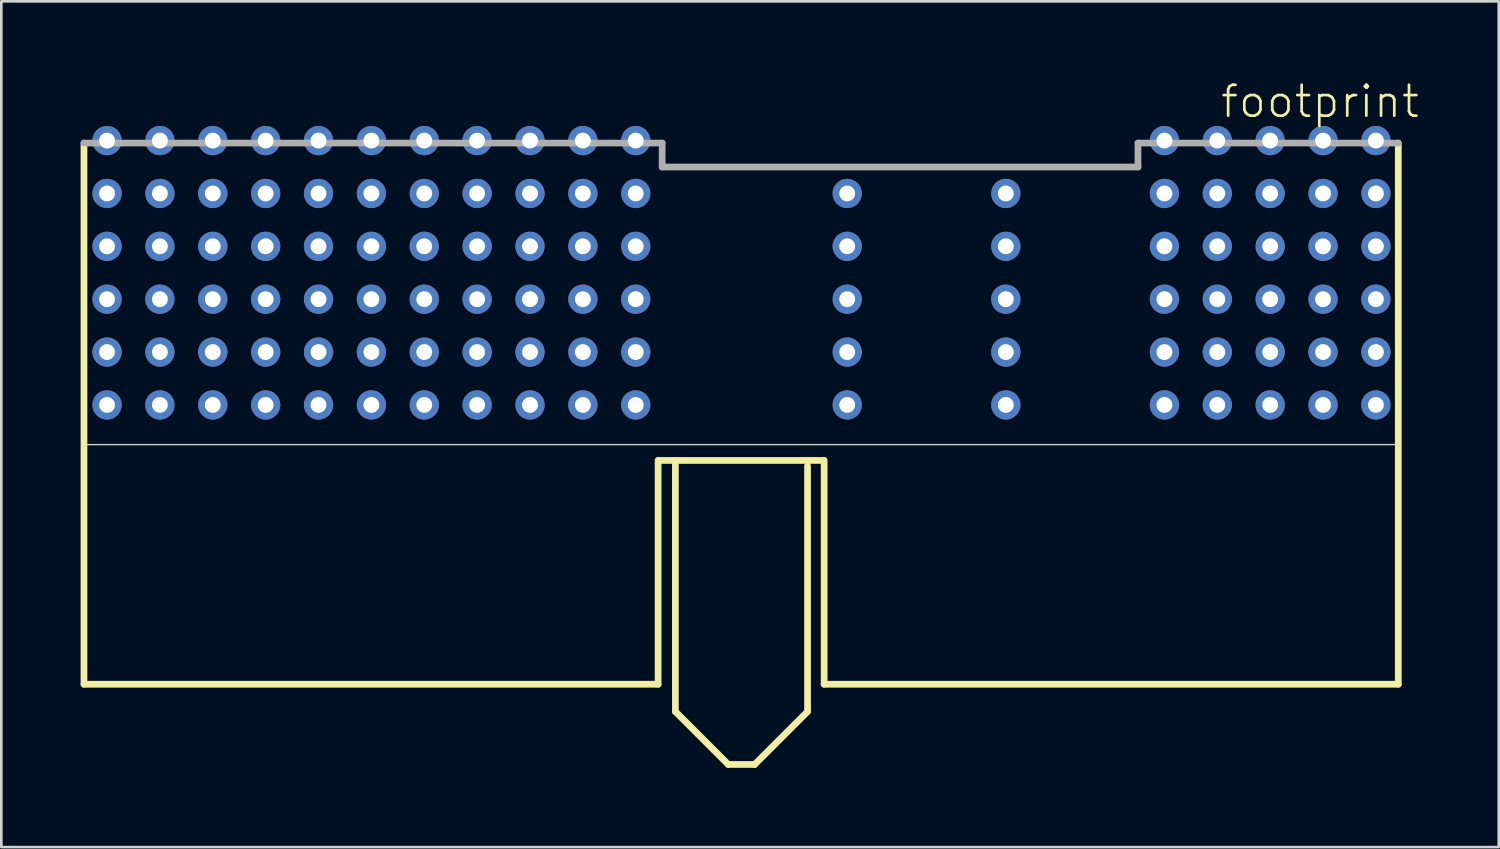
<source format=kicad_pcb>
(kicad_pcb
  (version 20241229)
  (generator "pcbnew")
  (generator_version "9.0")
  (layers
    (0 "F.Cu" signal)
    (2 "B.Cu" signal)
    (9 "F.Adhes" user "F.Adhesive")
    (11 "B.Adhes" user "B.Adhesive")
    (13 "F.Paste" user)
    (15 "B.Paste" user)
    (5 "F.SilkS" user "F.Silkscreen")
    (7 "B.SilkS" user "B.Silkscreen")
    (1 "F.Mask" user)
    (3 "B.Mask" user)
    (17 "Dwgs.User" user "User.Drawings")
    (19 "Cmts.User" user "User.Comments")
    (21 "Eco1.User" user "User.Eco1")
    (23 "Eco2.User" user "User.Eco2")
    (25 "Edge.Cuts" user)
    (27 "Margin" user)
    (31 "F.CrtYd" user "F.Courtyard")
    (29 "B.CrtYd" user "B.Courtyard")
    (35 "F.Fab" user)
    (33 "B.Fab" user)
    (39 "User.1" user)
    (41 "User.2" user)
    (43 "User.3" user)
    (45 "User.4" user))
  (footprint "footprint"
    (layer "F.Cu")
    (at 24.999 13.538)
    (property "Reference" "footprint" (at 18.065 -12.065 0) (layer "F.SilkS") (effects (font (size 1.168 1.168) (thickness 0.102)) (justify left bottom)))
    (fp_line (start -24.872 -11.176) (end -24.872 9.296) (stroke (width 0.254) (type solid)) (layer "F.SilkS"))
    (fp_line (start -24.872 9.296) (end -3.153 9.296) (stroke (width 0.254) (type solid)) (layer "F.SilkS"))
    (fp_line (start -3.153 9.296) (end -3.153 0.824) (stroke (width 0.254) (type solid)) (layer "F.SilkS"))
    (fp_line (start -3.1 0.83) (end 3.1 0.83) (stroke (width 0.254) (type solid)) (layer "F.SilkS"))
    (fp_line (start -2.5 10.33) (end -2.5 0.93) (stroke (width 0.254) (type solid)) (layer "F.SilkS"))
    (fp_line (start -2.5 10.33) (end -0.5 12.33) (stroke (width 0.254) (type solid)) (layer "F.SilkS"))
    (fp_line (start -0.5 12.33) (end 0.5 12.33) (stroke (width 0.254) (type solid)) (layer "F.SilkS"))
    (fp_line (start 0.5 12.33) (end 2.5 10.33) (stroke (width 0.254) (type solid)) (layer "F.SilkS"))
    (fp_line (start 2.5 10.33) (end 2.5 1.03) (stroke (width 0.254) (type solid)) (layer "F.SilkS"))
    (fp_line (start 3.128 0.824) (end 3.128 9.296) (stroke (width 0.254) (type solid)) (layer "F.SilkS"))
    (fp_line (start 3.128 9.296) (end 24.847 9.296) (stroke (width 0.254) (type solid)) (layer "F.SilkS"))
    (fp_line (start 24.847 9.296) (end 24.847 -11.176) (stroke (width 0.254) (type solid)) (layer "F.SilkS"))
    (fp_line (start -24.789 0.23) (end 24.789 0.23) (stroke (width 0.051) (type solid)) (layer "Edge.Cuts"))
    (fp_line (start -3 -11.176) (end -24.872 -11.176) (stroke (width 0.254) (type solid)) (layer "F.Fab"))
    (fp_line (start -3 -10.27) (end -3 -11.176) (stroke (width 0.254) (type solid)) (layer "F.Fab"))
    (fp_line (start 15 -11.176) (end 15 -10.27) (stroke (width 0.254) (type solid)) (layer "F.Fab"))
    (fp_line (start 15 -10.27) (end -3 -10.27) (stroke (width 0.254) (type solid)) (layer "F.Fab"))
    (fp_line (start 24.847 -11.176) (end 15 -11.176) (stroke (width 0.254) (type solid)) (layer "F.Fab"))
    (pad "A1" thru_hole circle (at 24 -1.27) (size 1.108 1.108) (drill 0.6) (layers "*.Cu" "*.Mask"))
    (pad "A2" thru_hole circle (at 22 -1.27) (size 1.108 1.108) (drill 0.6) (layers "*.Cu" "*.Mask"))
    (pad "A3" thru_hole circle (at 20 -1.27) (size 1.108 1.108) (drill 0.6) (layers "*.Cu" "*.Mask"))
    (pad "A4" thru_hole circle (at 18 -1.27) (size 1.108 1.108) (drill 0.6) (layers "*.Cu" "*.Mask"))
    (pad "A5" thru_hole circle (at 16 -1.27) (size 1.108 1.108) (drill 0.6) (layers "*.Cu" "*.Mask"))
    (pad "A8" thru_hole circle (at 10 -1.27) (size 1.108 1.108) (drill 0.6) (layers "*.Cu" "*.Mask"))
    (pad "A11" thru_hole circle (at 4 -1.27) (size 1.108 1.108) (drill 0.6) (layers "*.Cu" "*.Mask"))
    (pad "A12" thru_hole circle (at -4 -1.27) (size 1.108 1.108) (drill 0.6) (layers "*.Cu" "*.Mask"))
    (pad "A13" thru_hole circle (at -6 -1.27) (size 1.108 1.108) (drill 0.6) (layers "*.Cu" "*.Mask"))
    (pad "A14" thru_hole circle (at -8 -1.27) (size 1.108 1.108) (drill 0.6) (layers "*.Cu" "*.Mask"))
    (pad "A15" thru_hole circle (at -10 -1.27) (size 1.108 1.108) (drill 0.6) (layers "*.Cu" "*.Mask"))
    (pad "A16" thru_hole circle (at -12 -1.27) (size 1.108 1.108) (drill 0.6) (layers "*.Cu" "*.Mask"))
    (pad "A17" thru_hole circle (at -14 -1.27) (size 1.108 1.108) (drill 0.6) (layers "*.Cu" "*.Mask"))
    (pad "A18" thru_hole circle (at -16 -1.27) (size 1.108 1.108) (drill 0.6) (layers "*.Cu" "*.Mask"))
    (pad "A19" thru_hole circle (at -18 -1.27) (size 1.108 1.108) (drill 0.6) (layers "*.Cu" "*.Mask"))
    (pad "A20" thru_hole circle (at -20 -1.27) (size 1.108 1.108) (drill 0.6) (layers "*.Cu" "*.Mask"))
    (pad "A21" thru_hole circle (at -22 -1.27) (size 1.108 1.108) (drill 0.6) (layers "*.Cu" "*.Mask"))
    (pad "A22" thru_hole circle (at -24 -1.27) (size 1.108 1.108) (drill 0.6) (layers "*.Cu" "*.Mask"))
    (pad "B1" thru_hole circle (at 24 -3.27) (size 1.108 1.108) (drill 0.6) (layers "*.Cu" "*.Mask"))
    (pad "B2" thru_hole circle (at 22 -3.27) (size 1.108 1.108) (drill 0.6) (layers "*.Cu" "*.Mask"))
    (pad "B3" thru_hole circle (at 20 -3.27) (size 1.108 1.108) (drill 0.6) (layers "*.Cu" "*.Mask"))
    (pad "B4" thru_hole circle (at 18 -3.27) (size 1.108 1.108) (drill 0.6) (layers "*.Cu" "*.Mask"))
    (pad "B5" thru_hole circle (at 16 -3.27) (size 1.108 1.108) (drill 0.6) (layers "*.Cu" "*.Mask"))
    (pad "B8" thru_hole circle (at 10 -3.27) (size 1.108 1.108) (drill 0.6) (layers "*.Cu" "*.Mask"))
    (pad "B11" thru_hole circle (at 4 -3.27) (size 1.108 1.108) (drill 0.6) (layers "*.Cu" "*.Mask"))
    (pad "B12" thru_hole circle (at -4 -3.27) (size 1.108 1.108) (drill 0.6) (layers "*.Cu" "*.Mask"))
    (pad "B13" thru_hole circle (at -6 -3.27) (size 1.108 1.108) (drill 0.6) (layers "*.Cu" "*.Mask"))
    (pad "B14" thru_hole circle (at -8 -3.27) (size 1.108 1.108) (drill 0.6) (layers "*.Cu" "*.Mask"))
    (pad "B15" thru_hole circle (at -10 -3.27) (size 1.108 1.108) (drill 0.6) (layers "*.Cu" "*.Mask"))
    (pad "B16" thru_hole circle (at -12 -3.27) (size 1.108 1.108) (drill 0.6) (layers "*.Cu" "*.Mask"))
    (pad "B17" thru_hole circle (at -14 -3.27) (size 1.108 1.108) (drill 0.6) (layers "*.Cu" "*.Mask"))
    (pad "B18" thru_hole circle (at -16 -3.27) (size 1.108 1.108) (drill 0.6) (layers "*.Cu" "*.Mask"))
    (pad "B19" thru_hole circle (at -18 -3.27) (size 1.108 1.108) (drill 0.6) (layers "*.Cu" "*.Mask"))
    (pad "B20" thru_hole circle (at -20 -3.27) (size 1.108 1.108) (drill 0.6) (layers "*.Cu" "*.Mask"))
    (pad "B21" thru_hole circle (at -22 -3.27) (size 1.108 1.108) (drill 0.6) (layers "*.Cu" "*.Mask"))
    (pad "B22" thru_hole circle (at -24 -3.27) (size 1.108 1.108) (drill 0.6) (layers "*.Cu" "*.Mask"))
    (pad "C1" thru_hole circle (at 24 -5.27) (size 1.108 1.108) (drill 0.6) (layers "*.Cu" "*.Mask"))
    (pad "C2" thru_hole circle (at 22 -5.27) (size 1.108 1.108) (drill 0.6) (layers "*.Cu" "*.Mask"))
    (pad "C3" thru_hole circle (at 20 -5.27) (size 1.108 1.108) (drill 0.6) (layers "*.Cu" "*.Mask"))
    (pad "C4" thru_hole circle (at 18 -5.27) (size 1.108 1.108) (drill 0.6) (layers "*.Cu" "*.Mask"))
    (pad "C5" thru_hole circle (at 16 -5.27) (size 1.108 1.108) (drill 0.6) (layers "*.Cu" "*.Mask"))
    (pad "C8" thru_hole circle (at 10 -5.27) (size 1.108 1.108) (drill 0.6) (layers "*.Cu" "*.Mask"))
    (pad "C11" thru_hole circle (at 4 -5.27) (size 1.108 1.108) (drill 0.6) (layers "*.Cu" "*.Mask"))
    (pad "C12" thru_hole circle (at -4 -5.27) (size 1.108 1.108) (drill 0.6) (layers "*.Cu" "*.Mask"))
    (pad "C13" thru_hole circle (at -6 -5.27) (size 1.108 1.108) (drill 0.6) (layers "*.Cu" "*.Mask"))
    (pad "C14" thru_hole circle (at -8 -5.27) (size 1.108 1.108) (drill 0.6) (layers "*.Cu" "*.Mask"))
    (pad "C15" thru_hole circle (at -10 -5.27) (size 1.108 1.108) (drill 0.6) (layers "*.Cu" "*.Mask"))
    (pad "C16" thru_hole circle (at -12 -5.27) (size 1.108 1.108) (drill 0.6) (layers "*.Cu" "*.Mask"))
    (pad "C17" thru_hole circle (at -14 -5.27) (size 1.108 1.108) (drill 0.6) (layers "*.Cu" "*.Mask"))
    (pad "C18" thru_hole circle (at -16 -5.27) (size 1.108 1.108) (drill 0.6) (layers "*.Cu" "*.Mask"))
    (pad "C19" thru_hole circle (at -18 -5.27) (size 1.108 1.108) (drill 0.6) (layers "*.Cu" "*.Mask"))
    (pad "C20" thru_hole circle (at -20 -5.27) (size 1.108 1.108) (drill 0.6) (layers "*.Cu" "*.Mask"))
    (pad "C21" thru_hole circle (at -22 -5.27) (size 1.108 1.108) (drill 0.6) (layers "*.Cu" "*.Mask"))
    (pad "C22" thru_hole circle (at -24 -5.27) (size 1.108 1.108) (drill 0.6) (layers "*.Cu" "*.Mask"))
    (pad "D1" thru_hole circle (at 24 -7.27) (size 1.108 1.108) (drill 0.6) (layers "*.Cu" "*.Mask"))
    (pad "D2" thru_hole circle (at 22 -7.27) (size 1.108 1.108) (drill 0.6) (layers "*.Cu" "*.Mask"))
    (pad "D3" thru_hole circle (at 20 -7.27) (size 1.108 1.108) (drill 0.6) (layers "*.Cu" "*.Mask"))
    (pad "D4" thru_hole circle (at 18 -7.27) (size 1.108 1.108) (drill 0.6) (layers "*.Cu" "*.Mask"))
    (pad "D5" thru_hole circle (at 16 -7.27) (size 1.108 1.108) (drill 0.6) (layers "*.Cu" "*.Mask"))
    (pad "D8" thru_hole circle (at 10 -7.27) (size 1.108 1.108) (drill 0.6) (layers "*.Cu" "*.Mask"))
    (pad "D11" thru_hole circle (at 4 -7.27) (size 1.108 1.108) (drill 0.6) (layers "*.Cu" "*.Mask"))
    (pad "D12" thru_hole circle (at -4 -7.27) (size 1.108 1.108) (drill 0.6) (layers "*.Cu" "*.Mask"))
    (pad "D13" thru_hole circle (at -6 -7.27) (size 1.108 1.108) (drill 0.6) (layers "*.Cu" "*.Mask"))
    (pad "D14" thru_hole circle (at -8 -7.27) (size 1.108 1.108) (drill 0.6) (layers "*.Cu" "*.Mask"))
    (pad "D15" thru_hole circle (at -10 -7.27) (size 1.108 1.108) (drill 0.6) (layers "*.Cu" "*.Mask"))
    (pad "D16" thru_hole circle (at -12 -7.27) (size 1.108 1.108) (drill 0.6) (layers "*.Cu" "*.Mask"))
    (pad "D17" thru_hole circle (at -14 -7.27) (size 1.108 1.108) (drill 0.6) (layers "*.Cu" "*.Mask"))
    (pad "D18" thru_hole circle (at -16 -7.27) (size 1.108 1.108) (drill 0.6) (layers "*.Cu" "*.Mask"))
    (pad "D19" thru_hole circle (at -18 -7.27) (size 1.108 1.108) (drill 0.6) (layers "*.Cu" "*.Mask"))
    (pad "D20" thru_hole circle (at -20 -7.27) (size 1.108 1.108) (drill 0.6) (layers "*.Cu" "*.Mask"))
    (pad "D21" thru_hole circle (at -22 -7.27) (size 1.108 1.108) (drill 0.6) (layers "*.Cu" "*.Mask"))
    (pad "D22" thru_hole circle (at -24 -7.27) (size 1.108 1.108) (drill 0.6) (layers "*.Cu" "*.Mask"))
    (pad "E1" thru_hole circle (at 24 -9.27) (size 1.108 1.108) (drill 0.6) (layers "*.Cu" "*.Mask"))
    (pad "E2" thru_hole circle (at 22 -9.27) (size 1.108 1.108) (drill 0.6) (layers "*.Cu" "*.Mask"))
    (pad "E3" thru_hole circle (at 20 -9.27) (size 1.108 1.108) (drill 0.6) (layers "*.Cu" "*.Mask"))
    (pad "E4" thru_hole circle (at 18 -9.27) (size 1.108 1.108) (drill 0.6) (layers "*.Cu" "*.Mask"))
    (pad "E5" thru_hole circle (at 16 -9.27) (size 1.108 1.108) (drill 0.6) (layers "*.Cu" "*.Mask"))
    (pad "E8" thru_hole circle (at 10 -9.27) (size 1.108 1.108) (drill 0.6) (layers "*.Cu" "*.Mask"))
    (pad "E11" thru_hole circle (at 4 -9.27) (size 1.108 1.108) (drill 0.6) (layers "*.Cu" "*.Mask"))
    (pad "E12" thru_hole circle (at -4 -9.27) (size 1.108 1.108) (drill 0.6) (layers "*.Cu" "*.Mask"))
    (pad "E13" thru_hole circle (at -6 -9.27) (size 1.108 1.108) (drill 0.6) (layers "*.Cu" "*.Mask"))
    (pad "E14" thru_hole circle (at -8 -9.27) (size 1.108 1.108) (drill 0.6) (layers "*.Cu" "*.Mask"))
    (pad "E15" thru_hole circle (at -10 -9.27) (size 1.108 1.108) (drill 0.6) (layers "*.Cu" "*.Mask"))
    (pad "E16" thru_hole circle (at -12 -9.27) (size 1.108 1.108) (drill 0.6) (layers "*.Cu" "*.Mask"))
    (pad "E17" thru_hole circle (at -14 -9.27) (size 1.108 1.108) (drill 0.6) (layers "*.Cu" "*.Mask"))
    (pad "E18" thru_hole circle (at -16 -9.27) (size 1.108 1.108) (drill 0.6) (layers "*.Cu" "*.Mask"))
    (pad "E19" thru_hole circle (at -18 -9.27) (size 1.108 1.108) (drill 0.6) (layers "*.Cu" "*.Mask"))
    (pad "E20" thru_hole circle (at -20 -9.27) (size 1.108 1.108) (drill 0.6) (layers "*.Cu" "*.Mask"))
    (pad "E21" thru_hole circle (at -22 -9.27) (size 1.108 1.108) (drill 0.6) (layers "*.Cu" "*.Mask"))
    (pad "E22" thru_hole circle (at -24 -9.27) (size 1.108 1.108) (drill 0.6) (layers "*.Cu" "*.Mask"))
    (pad "F1" thru_hole circle (at 24 -11.27) (size 1.108 1.108) (drill 0.6) (layers "*.Cu" "*.Mask"))
    (pad "F2" thru_hole circle (at 22 -11.27) (size 1.108 1.108) (drill 0.6) (layers "*.Cu" "*.Mask"))
    (pad "F3" thru_hole circle (at 20 -11.27) (size 1.108 1.108) (drill 0.6) (layers "*.Cu" "*.Mask"))
    (pad "F4" thru_hole circle (at 18 -11.27) (size 1.108 1.108) (drill 0.6) (layers "*.Cu" "*.Mask"))
    (pad "F5" thru_hole circle (at 16 -11.27) (size 1.108 1.108) (drill 0.6) (layers "*.Cu" "*.Mask"))
    (pad "F12" thru_hole circle (at -4 -11.27) (size 1.108 1.108) (drill 0.6) (layers "*.Cu" "*.Mask"))
    (pad "F13" thru_hole circle (at -6 -11.27) (size 1.108 1.108) (drill 0.6) (layers "*.Cu" "*.Mask"))
    (pad "F14" thru_hole circle (at -8 -11.27) (size 1.108 1.108) (drill 0.6) (layers "*.Cu" "*.Mask"))
    (pad "F15" thru_hole circle (at -10 -11.27) (size 1.108 1.108) (drill 0.6) (layers "*.Cu" "*.Mask"))
    (pad "F16" thru_hole circle (at -12 -11.27) (size 1.108 1.108) (drill 0.6) (layers "*.Cu" "*.Mask"))
    (pad "F17" thru_hole circle (at -14 -11.27) (size 1.108 1.108) (drill 0.6) (layers "*.Cu" "*.Mask"))
    (pad "F18" thru_hole circle (at -16 -11.27) (size 1.108 1.108) (drill 0.6) (layers "*.Cu" "*.Mask"))
    (pad "F19" thru_hole circle (at -18 -11.27) (size 1.108 1.108) (drill 0.6) (layers "*.Cu" "*.Mask"))
    (pad "F20" thru_hole circle (at -20 -11.27) (size 1.108 1.108) (drill 0.6) (layers "*.Cu" "*.Mask"))
    (pad "F21" thru_hole circle (at -22 -11.27) (size 1.108 1.108) (drill 0.6) (layers "*.Cu" "*.Mask"))
    (pad "F22" thru_hole circle (at -24 -11.27) (size 1.108 1.108) (drill 0.6) (layers "*.Cu" "*.Mask")))
  (gr_rect
    (start -3 -3)
    (end 53.646 28.995)
    (stroke (width 0.1) (type default))
    (fill no)
    (layer "Edge.Cuts")))
</source>
